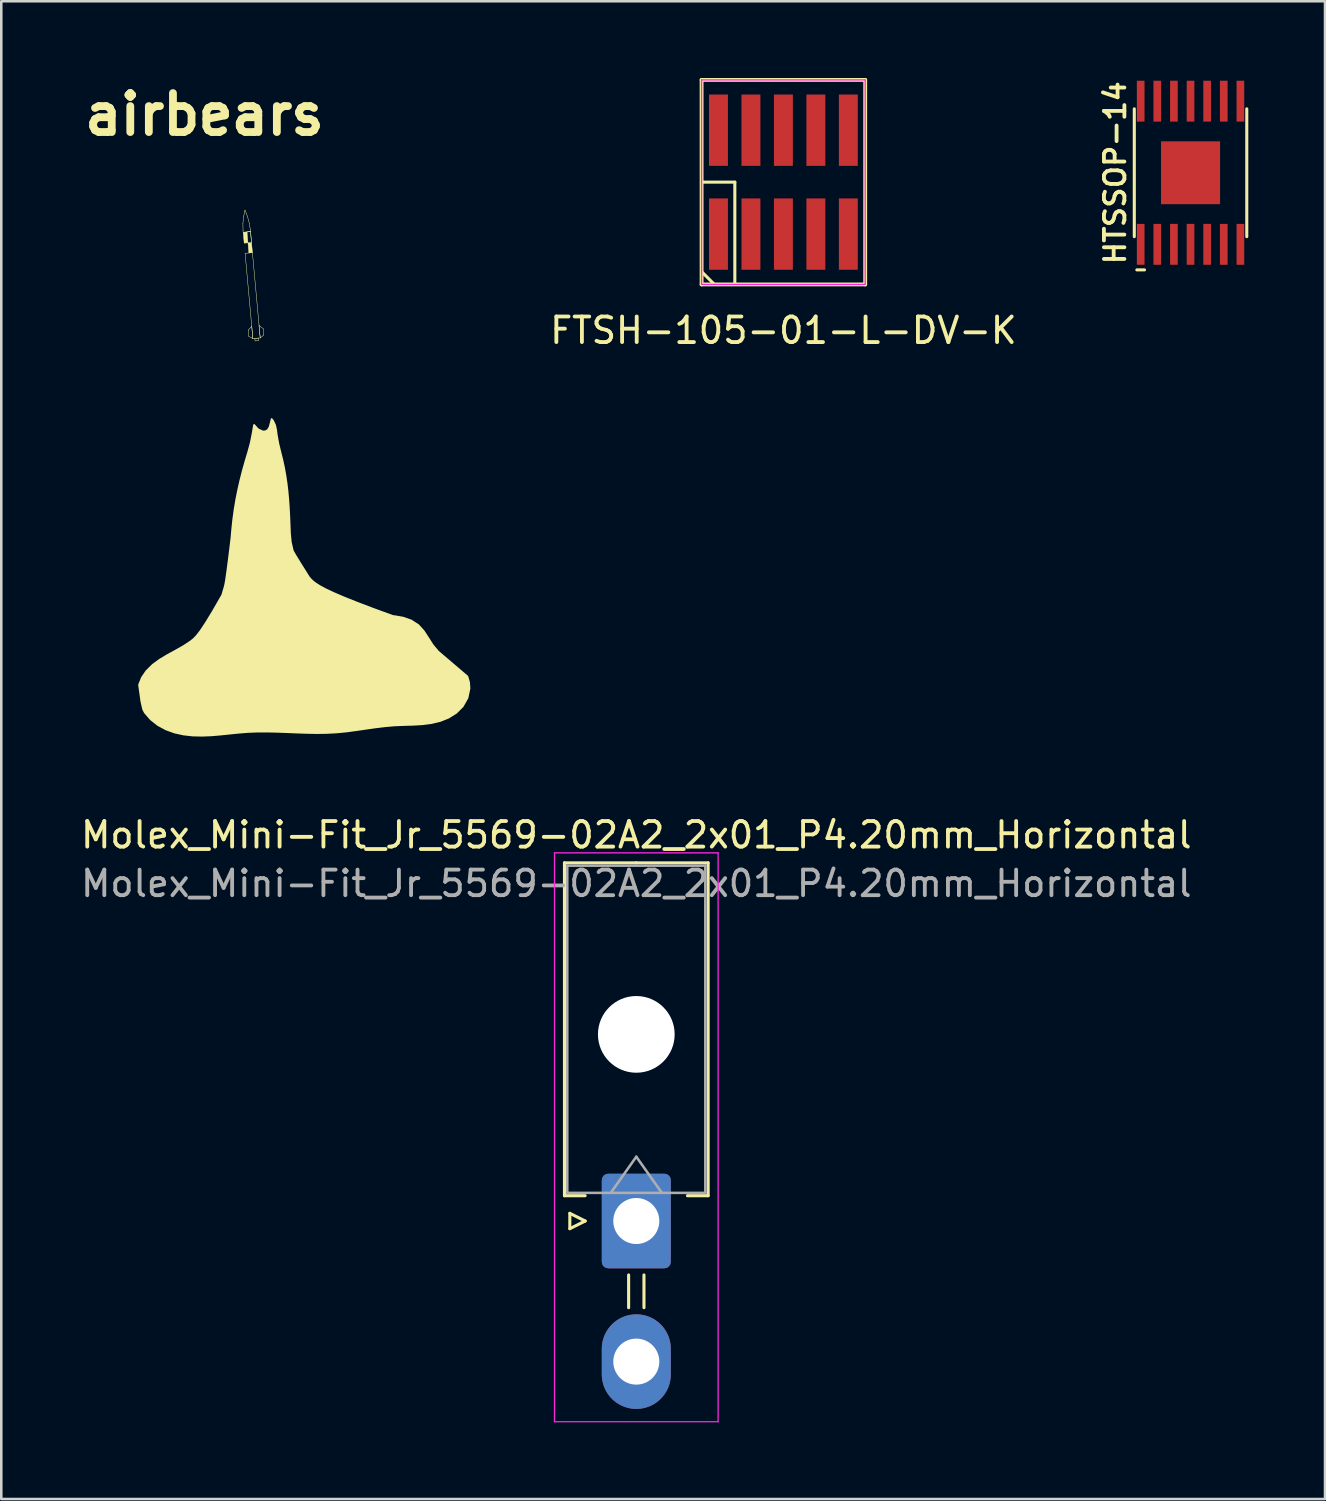
<source format=kicad_pcb>
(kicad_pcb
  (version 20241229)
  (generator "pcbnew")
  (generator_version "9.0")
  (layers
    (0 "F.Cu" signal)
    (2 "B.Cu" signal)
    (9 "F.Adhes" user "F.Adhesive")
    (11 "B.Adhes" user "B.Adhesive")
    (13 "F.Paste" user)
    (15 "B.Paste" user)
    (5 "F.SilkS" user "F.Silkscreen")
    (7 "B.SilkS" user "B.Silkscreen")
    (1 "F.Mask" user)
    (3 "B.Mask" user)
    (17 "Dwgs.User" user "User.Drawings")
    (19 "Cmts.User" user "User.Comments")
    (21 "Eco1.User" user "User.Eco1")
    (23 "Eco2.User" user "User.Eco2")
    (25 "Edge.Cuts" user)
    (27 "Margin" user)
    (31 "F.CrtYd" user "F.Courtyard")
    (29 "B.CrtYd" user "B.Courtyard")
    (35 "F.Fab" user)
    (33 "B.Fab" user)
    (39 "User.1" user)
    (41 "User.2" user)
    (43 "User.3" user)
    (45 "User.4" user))
  (footprint "HTSSOP-14"
    (layer "F.Cu")
    (at 43.518 3.707)
    (property "Reference" "HTSSOP-14" (at -2.95 0 90) (layer "F.SilkS") (effects (font (size 0.8 0.8) (thickness 0.15))))
    (attr smd)
    (fp_line (start -2.2 2.5) (end -2.2 -2.5) (stroke (width 0.12) (type solid)) (layer "F.SilkS"))
    (fp_line (start -2.1 3.8) (end -1.8 3.8) (stroke (width 0.12) (type solid)) (layer "F.SilkS"))
    (fp_line (start 2.2 -2.5) (end 2.2 2.5) (stroke (width 0.12) (type solid)) (layer "F.SilkS"))
    (pad "1" smd rect (at -1.95 2.8) (size 0.3 1.6) (layers "F.Cu" "F.Mask" "F.Paste"))
    (pad "2" smd rect (at -1.3 2.8) (size 0.3 1.6) (layers "F.Cu" "F.Mask" "F.Paste"))
    (pad "3" smd rect (at -0.65 2.8) (size 0.3 1.6) (layers "F.Cu" "F.Mask" "F.Paste"))
    (pad "4" smd rect (at 0 2.8) (size 0.3 1.6) (layers "F.Cu" "F.Mask" "F.Paste"))
    (pad "5" smd rect (at 0.65 2.8) (size 0.3 1.6) (layers "F.Cu" "F.Mask" "F.Paste"))
    (pad "6" smd rect (at 1.3 2.8) (size 0.3 1.6) (layers "F.Cu" "F.Mask" "F.Paste"))
    (pad "7" smd rect (at 1.95 2.8) (size 0.3 1.6) (layers "F.Cu" "F.Mask" "F.Paste"))
    (pad "8" smd rect (at 1.95 -2.8) (size 0.3 1.6) (layers "F.Cu" "F.Mask" "F.Paste"))
    (pad "9" smd rect (at 1.3 -2.8) (size 0.3 1.6) (layers "F.Cu" "F.Mask" "F.Paste"))
    (pad "10" smd rect (at 0.65 -2.8) (size 0.3 1.6) (layers "F.Cu" "F.Mask" "F.Paste"))
    (pad "11" smd rect (at 0 -2.8) (size 0.3 1.6) (layers "F.Cu" "F.Mask" "F.Paste"))
    (pad "12" smd rect (at -0.65 -2.8) (size 0.3 1.6) (layers "F.Cu" "F.Mask" "F.Paste"))
    (pad "13" smd rect (at -1.3 -2.8) (size 0.3 1.6) (layers "F.Cu" "F.Mask" "F.Paste"))
    (pad "14" smd rect (at -1.95 -2.8) (size 0.3 1.6) (layers "F.Cu" "F.Mask" "F.Paste"))
    (pad "14" smd rect (at 0 0) (size 2.31 2.46) (layers "F.Cu" "F.Mask" "F.Paste")))
  (footprint "Molex_Mini-Fit_Jr_5569-02A2_2x01_P4.20mm_Horizontal"
    (layer "F.Cu")
    (at 21.839 44.71)
    (property "Reference" "Molex_Mini-Fit_Jr_5569-02A2_2x01_P4.20mm_Horizontal" (at 0 -15.1 0) (layer "F.SilkS") (effects (font (size 1 1) (thickness 0.15))))
    (attr through_hole)
    (fp_line (start -2.81 -14.01) (end 0 -14.01) (stroke (width 0.12) (type solid)) (layer "F.SilkS"))
    (fp_line (start -2.81 -0.99) (end -2.81 -14.01) (stroke (width 0.12) (type solid)) (layer "F.SilkS"))
    (fp_line (start -2.6 -0.3) (end -2 0) (stroke (width 0.12) (type solid)) (layer "F.SilkS"))
    (fp_line (start -2.6 0.3) (end -2.6 -0.3) (stroke (width 0.12) (type solid)) (layer "F.SilkS"))
    (fp_line (start -2 -0.99) (end -2.81 -0.99) (stroke (width 0.12) (type solid)) (layer "F.SilkS"))
    (fp_line (start -2 0) (end -2.6 0.3) (stroke (width 0.12) (type solid)) (layer "F.SilkS"))
    (fp_line (start -0.3 2.11) (end -0.3 3.39) (stroke (width 0.12) (type solid)) (layer "F.SilkS"))
    (fp_line (start 0.3 2.11) (end 0.3 3.39) (stroke (width 0.12) (type solid)) (layer "F.SilkS"))
    (fp_line (start 2 -0.99) (end 2.81 -0.99) (stroke (width 0.12) (type solid)) (layer "F.SilkS"))
    (fp_line (start 2.81 -14.01) (end 0 -14.01) (stroke (width 0.12) (type solid)) (layer "F.SilkS"))
    (fp_line (start 2.81 -0.99) (end 2.81 -14.01) (stroke (width 0.12) (type solid)) (layer "F.SilkS"))
    (fp_line (start -3.2 -14.4) (end -3.2 7.85) (stroke (width 0.05) (type solid)) (layer "F.CrtYd"))
    (fp_line (start -3.2 7.85) (end 3.2 7.85) (stroke (width 0.05) (type solid)) (layer "F.CrtYd"))
    (fp_line (start 3.2 -14.4) (end -3.2 -14.4) (stroke (width 0.05) (type solid)) (layer "F.CrtYd"))
    (fp_line (start 3.2 7.85) (end 3.2 -14.4) (stroke (width 0.05) (type solid)) (layer "F.CrtYd"))
    (fp_line (start -2.7 -13.9) (end -2.7 -1.1) (stroke (width 0.1) (type solid)) (layer "F.Fab"))
    (fp_line (start -2.7 -1.1) (end 2.7 -1.1) (stroke (width 0.1) (type solid)) (layer "F.Fab"))
    (fp_line (start -1 -1.1) (end 0 -2.514) (stroke (width 0.1) (type solid)) (layer "F.Fab"))
    (fp_line (start 0 -2.514) (end 1 -1.1) (stroke (width 0.1) (type solid)) (layer "F.Fab"))
    (fp_line (start 2.7 -13.9) (end -2.7 -13.9) (stroke (width 0.1) (type solid)) (layer "F.Fab"))
    (fp_line (start 2.7 -1.1) (end 2.7 -13.9) (stroke (width 0.1) (type solid)) (layer "F.Fab"))
    (fp_text user "${REFERENCE}" (at 0 -13.2 0) (layer "F.Fab") (effects (font (size 1 1) (thickness 0.15))))
    (pad "" np_thru_hole circle (at 0 -7.3) (size 3 3) (drill 3) (layers "*.Cu" "*.Mask"))
    (pad "1" thru_hole roundrect (at 0 0) (size 2.7 3.7) (drill 1.8) (layers "*.Cu" "*.Mask") (roundrect_rratio 0.093))
    (pad "2" thru_hole oval (at 0 5.5) (size 2.7 3.7) (drill 1.8) (layers "*.Cu" "*.Mask")))
  (footprint "airbears"
    (layer "F.Cu")
    (at 4.949 15.12)
    (property "Reference" "airbears" (at 0 -13.694 0) (layer "F.SilkS") (effects (font (size 1.524 1.524) (thickness 0.305))))
    (attr smd)
    (fp_poly (pts (xy 1.978 -4.835) (xy 2.115 -4.847) (xy 2.188 -4.745) (xy 2.487 -4.526) (xy 2.654 -4.208) (xy 2.68 -3.845) (xy 2.667 -3.459) (xy 2.651 -3.073) (xy 2.645 -2.687) (xy 2.65 -2.383) (xy 2.649 -2.078) (xy 2.62 -1.778) (xy 2.545 -1.488) (xy 2.474 -1.365) (xy 2.385 -1.313) (xy 2.281 -1.306) (xy 2.092 -1.391) (xy 1.876 -1.675) (xy 1.775 -2.019) (xy 1.729 -2.391) (xy 1.707 -2.765) (xy 1.68 -3.139) (xy 1.622 -3.508) (xy 1.547 -3.795) (xy 1.499 -4.085) (xy 1.539 -4.376) (xy 1.717 -4.606) (xy 1.871 -4.696) (xy 1.978 -4.835)) (stroke (width 0.017) (type solid)) (fill yes) (layer "F.Mask"))
    (fp_line (start 1.502 -9.419) (end 1.528 -9.688) (stroke (width 0.017) (type solid)) (layer "F.SilkS"))
    (fp_line (start 1.507 -9.149) (end 1.502 -9.419) (stroke (width 0.017) (type solid)) (layer "F.SilkS"))
    (fp_line (start 1.513 -9.084) (end 1.507 -9.149) (stroke (width 0.017) (type solid)) (layer "F.SilkS"))
    (fp_line (start 1.528 -9.688) (end 1.584 -9.953) (stroke (width 0.017) (type solid)) (layer "F.SilkS"))
    (fp_line (start 1.584 -9.953) (end 1.681 -9.702) (stroke (width 0.017) (type solid)) (layer "F.SilkS"))
    (fp_line (start 1.588 -8.262) (end 1.848 -5.407) (stroke (width 0.017) (type solid)) (layer "F.SilkS"))
    (fp_line (start 1.662 -9.097) (end 1.801 -9.11) (stroke (width 0.017) (type solid)) (layer "F.SilkS"))
    (fp_line (start 1.681 -9.702) (end 1.751 -9.442) (stroke (width 0.017) (type solid)) (layer "F.SilkS"))
    (fp_line (start 1.71 -5.26) (end 1.732 -5.013) (stroke (width 0.017) (type solid)) (layer "F.SilkS"))
    (fp_line (start 1.732 -5.013) (end 1.891 -4.926) (stroke (width 0.017) (type solid)) (layer "F.SilkS"))
    (fp_line (start 1.751 -9.442) (end 1.794 -9.177) (stroke (width 0.017) (type solid)) (layer "F.SilkS"))
    (fp_line (start 1.794 -9.177) (end 1.801 -9.11) (stroke (width 0.017) (type solid)) (layer "F.SilkS"))
    (fp_line (start 1.801 -9.11) (end 1.513 -9.084) (stroke (width 0.017) (type solid)) (layer "F.SilkS"))
    (fp_line (start 1.801 -9.11) (end 1.662 -9.097) (stroke (width 0.017) (type solid)) (layer "F.SilkS"))
    (fp_line (start 1.801 -9.11) (end 1.839 -8.685) (stroke (width 0.017) (type solid)) (layer "F.SilkS"))
    (fp_line (start 1.839 -8.685) (end 1.801 -9.11) (stroke (width 0.017) (type solid)) (layer "F.SilkS"))
    (fp_line (start 1.848 -5.407) (end 1.71 -5.26) (stroke (width 0.017) (type solid)) (layer "F.SilkS"))
    (fp_line (start 1.848 -5.407) (end 1.891 -4.926) (stroke (width 0.017) (type solid)) (layer "F.SilkS"))
    (fp_line (start 1.875 -8.288) (end 1.588 -8.262) (stroke (width 0.017) (type solid)) (layer "F.SilkS"))
    (fp_line (start 1.891 -4.926) (end 1.848 -5.407) (stroke (width 0.017) (type solid)) (layer "F.SilkS"))
    (fp_line (start 1.891 -4.926) (end 1.969 -4.933) (stroke (width 0.017) (type solid)) (layer "F.SilkS"))
    (fp_line (start 1.969 -4.933) (end 1.978 -4.835) (stroke (width 0.017) (type solid)) (layer "F.SilkS"))
    (fp_line (start 1.969 -4.933) (end 2.106 -4.945) (stroke (width 0.017) (type solid)) (layer "F.SilkS"))
    (fp_line (start 1.978 -4.835) (end 2.049 -4.841) (stroke (width 0.017) (type solid)) (layer "F.SilkS"))
    (fp_line (start 2.049 -4.841) (end 2.115 -4.847) (stroke (width 0.017) (type solid)) (layer "F.SilkS"))
    (fp_line (start 2.106 -4.945) (end 1.969 -4.933) (stroke (width 0.017) (type solid)) (layer "F.SilkS"))
    (fp_line (start 2.106 -4.945) (end 2.179 -4.952) (stroke (width 0.017) (type solid)) (layer "F.SilkS"))
    (fp_line (start 2.115 -4.847) (end 2.106 -4.945) (stroke (width 0.017) (type solid)) (layer "F.SilkS"))
    (fp_line (start 2.135 -5.434) (end 2.179 -4.952) (stroke (width 0.017) (type solid)) (layer "F.SilkS"))
    (fp_line (start 2.135 -5.434) (end 1.875 -8.288) (stroke (width 0.017) (type solid)) (layer "F.SilkS"))
    (fp_line (start 2.179 -4.952) (end 2.135 -5.434) (stroke (width 0.017) (type solid)) (layer "F.SilkS"))
    (fp_line (start 2.179 -4.952) (end 2.32 -5.067) (stroke (width 0.017) (type solid)) (layer "F.SilkS"))
    (fp_line (start 2.297 -5.314) (end 2.135 -5.434) (stroke (width 0.017) (type solid)) (layer "F.SilkS"))
    (fp_line (start 2.32 -5.067) (end 2.297 -5.314) (stroke (width 0.017) (type solid)) (layer "F.SilkS"))
    (fp_poly (pts (xy 1.552 -8.659) (xy 1.588 -8.262) (xy 1.552 -8.659)) (stroke (width 0.017) (type solid)) (fill yes) (layer "F.SilkS"))
    (fp_poly (pts (xy 1.736 -8.275) (xy 1.588 -8.262) (xy 1.736 -8.275)) (stroke (width 0.017) (type solid)) (fill yes) (layer "F.SilkS"))
    (fp_poly (pts (xy 1.7 -8.673) (xy 1.839 -8.685) (xy 1.875 -8.288) (xy 1.736 -8.275) (xy 1.7 -8.673)) (stroke (width 0.017) (type solid)) (fill yes) (layer "F.SilkS"))
    (fp_poly (pts (xy 1.7 -8.673) (xy 1.662 -9.097) (xy 1.513 -9.084) (xy 1.533 -8.872) (xy 1.552 -8.659) (xy 1.7 -8.673)) (stroke (width 0.017) (type solid)) (fill yes) (layer "F.SilkS"))
    (fp_poly (pts (xy 2.626 -1.781) (xy 2.548 -1.475) (xy 2.478 -1.353) (xy 2.388 -1.301) (xy 2.284 -1.293) (xy 2.096 -1.379) (xy 1.941 -1.551) (xy 1.934 -1.532) (xy 1.884 -1.235) (xy 1.81 -0.859) (xy 1.709 -0.488) (xy 1.599 -0.12) (xy 1.494 0.254) (xy 1.399 0.629) (xy 1.313 1.007) (xy 1.238 1.387) (xy 1.174 1.77) (xy 1.122 2.154) (xy 1.084 2.514) (xy 1.052 2.876) (xy 0.954 3.678) (xy 0.886 4.2) (xy 0.841 4.513) (xy 0.81 4.687) (xy 0.785 4.792) (xy 0.691 5.107) (xy 0.33 5.735) (xy 0.056 6.186) (xy -0.149 6.495) (xy -0.304 6.696) (xy -0.426 6.823) (xy -0.534 6.91) (xy -0.826 7.104) (xy -1.132 7.277) (xy -1.442 7.446) (xy -1.744 7.626) (xy -2.028 7.834) (xy -2.277 8.081) (xy -2.448 8.333) (xy -2.562 8.614) (xy -2.471 9.27) (xy -2.401 9.574) (xy -2.337 9.7) (xy -2.103 9.971) (xy -1.821 10.193) (xy -1.504 10.364) (xy -1.167 10.485) (xy -0.816 10.562) (xy -0.459 10.601) (xy -0.1 10.609) (xy 0.258 10.595) (xy 0.616 10.565) (xy 0.974 10.528) (xy 1.332 10.492) (xy 1.691 10.463) (xy 2.076 10.448) (xy 2.462 10.447) (xy 2.848 10.456) (xy 3.234 10.47) (xy 3.62 10.486) (xy 4.007 10.499) (xy 4.392 10.506) (xy 4.778 10.501) (xy 5.163 10.481) (xy 5.542 10.444) (xy 5.92 10.394) (xy 6.298 10.339) (xy 6.675 10.285) (xy 7.054 10.239) (xy 7.433 10.206) (xy 7.792 10.191) (xy 8.151 10.181) (xy 8.509 10.161) (xy 8.864 10.117) (xy 9.213 10.035) (xy 9.546 9.903) (xy 9.85 9.712) (xy 10.102 9.46) (xy 10.289 9.129) (xy 10.367 8.759) (xy 10.351 8.519) (xy 10.283 8.288) (xy 9.653 7.751) (xy 9.315 7.463) (xy 9.172 7.341) (xy 9.128 7.3) (xy 8.924 7.054) (xy 8.752 6.783) (xy 8.576 6.514) (xy 8.362 6.277) (xy 8.086 6.099) (xy 7.774 5.989) (xy 7.445 5.931) (xy 7.37 5.924) (xy 6.595 5.641) (xy 5.96 5.399) (xy 5.45 5.195) (xy 5.05 5.023) (xy 4.743 4.879) (xy 4.516 4.757) (xy 4.352 4.653) (xy 4.236 4.563) (xy 4.152 4.481) (xy 4.085 4.402) (xy 3.734 3.842) (xy 3.548 3.538) (xy 3.472 3.404) (xy 3.451 3.356) (xy 3.378 3.039) (xy 3.346 2.714) (xy 3.332 2.386) (xy 3.319 2.043) (xy 3.301 1.701) (xy 3.277 1.359) (xy 3.246 1.017) (xy 3.21 0.719) (xy 3.166 0.422) (xy 3.113 0.127) (xy 3.05 -0.166) (xy 2.968 -0.493) (xy 2.889 -0.82) (xy 2.829 -1.151) (xy 2.804 -1.349) (xy 2.762 -1.543) (xy 2.676 -1.722) (xy 2.626 -1.781)) (stroke (width 0.065) (type solid)) (fill yes) (layer "F.SilkS")))
  (footprint "FTSH-105-01-L-DV-K"
    (layer "F.Cu")
    (at 27.593 4.075)
    (property "Reference" "FTSH-105-01-L-DV-K" (at 0 5.8 0) (layer "F.SilkS") (effects (font (size 1 1) (thickness 0.15))))
    (attr smd)
    (fp_line (start -3.2 -4) (end -3.2 4) (stroke (width 0.15) (type solid)) (layer "F.SilkS"))
    (fp_line (start -2.7 4) (end -3.2 3.5) (stroke (width 0.12) (type solid)) (layer "F.SilkS"))
    (fp_line (start -1.9 0) (end -3.2 0) (stroke (width 0.12) (type solid)) (layer "F.SilkS"))
    (fp_line (start -1.9 4) (end -1.9 0) (stroke (width 0.12) (type solid)) (layer "F.SilkS"))
    (fp_line (start 3.2 -4) (end -3.2 -4) (stroke (width 0.15) (type solid)) (layer "F.SilkS"))
    (fp_line (start 3.2 -4) (end 3.2 4) (stroke (width 0.15) (type solid)) (layer "F.SilkS"))
    (fp_line (start 3.2 4) (end -3.2 4) (stroke (width 0.15) (type solid)) (layer "F.SilkS"))
    (fp_line (start -3.2 -4) (end -3.2 4) (stroke (width 0.05) (type solid)) (layer "F.CrtYd"))
    (fp_line (start 3.2 -4) (end -3.2 -4) (stroke (width 0.05) (type solid)) (layer "F.CrtYd"))
    (fp_line (start 3.2 -4) (end 3.2 4) (stroke (width 0.05) (type solid)) (layer "F.CrtYd"))
    (fp_line (start 3.2 4) (end -3.2 4) (stroke (width 0.05) (type solid)) (layer "F.CrtYd"))
    (pad "1" smd rect (at -2.54 2.032) (size 0.74 2.79) (layers "F.Cu" "F.Mask" "F.Paste"))
    (pad "2" smd rect (at -2.54 -2.032) (size 0.74 2.79) (layers "F.Cu" "F.Mask" "F.Paste"))
    (pad "3" smd rect (at -1.27 2.032) (size 0.74 2.79) (layers "F.Cu" "F.Mask" "F.Paste"))
    (pad "4" smd rect (at -1.27 -2.032) (size 0.74 2.79) (layers "F.Cu" "F.Mask" "F.Paste"))
    (pad "5" smd rect (at 0 2.032) (size 0.74 2.79) (layers "F.Cu" "F.Mask" "F.Paste"))
    (pad "6" smd rect (at 0 -2.032) (size 0.74 2.79) (layers "F.Cu" "F.Mask" "F.Paste"))
    (pad "7" smd rect (at 1.27 2.032) (size 0.74 2.79) (layers "F.Cu" "F.Mask" "F.Paste"))
    (pad "8" smd rect (at 1.27 -2.032) (size 0.74 2.79) (layers "F.Cu" "F.Mask" "F.Paste"))
    (pad "9" smd rect (at 2.54 2.032) (size 0.74 2.79) (layers "F.Cu" "F.Mask" "F.Paste"))
    (pad "10" smd rect (at 2.54 -2.032) (size 0.74 2.79) (layers "F.Cu" "F.Mask" "F.Paste")))
  (gr_rect
    (start -3 -3)
    (end 48.778 55.585)
    (stroke (width 0.1) (type default))
    (fill no)
    (layer "Edge.Cuts")))
</source>
